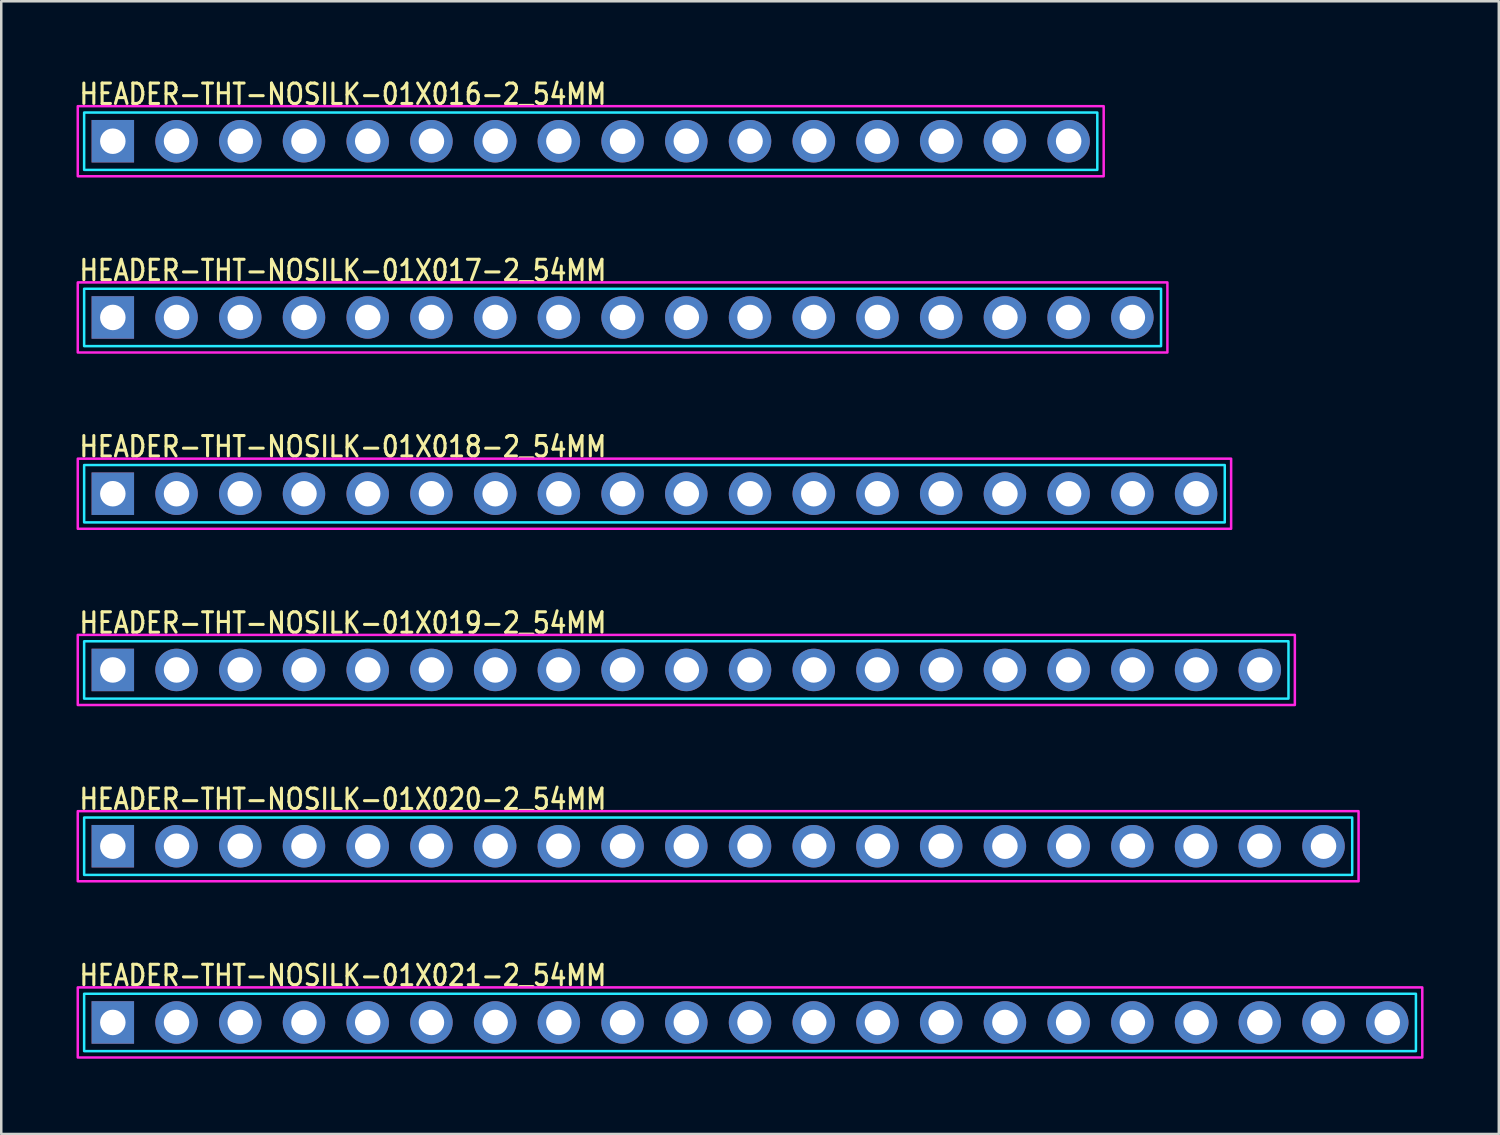
<source format=kicad_pcb>
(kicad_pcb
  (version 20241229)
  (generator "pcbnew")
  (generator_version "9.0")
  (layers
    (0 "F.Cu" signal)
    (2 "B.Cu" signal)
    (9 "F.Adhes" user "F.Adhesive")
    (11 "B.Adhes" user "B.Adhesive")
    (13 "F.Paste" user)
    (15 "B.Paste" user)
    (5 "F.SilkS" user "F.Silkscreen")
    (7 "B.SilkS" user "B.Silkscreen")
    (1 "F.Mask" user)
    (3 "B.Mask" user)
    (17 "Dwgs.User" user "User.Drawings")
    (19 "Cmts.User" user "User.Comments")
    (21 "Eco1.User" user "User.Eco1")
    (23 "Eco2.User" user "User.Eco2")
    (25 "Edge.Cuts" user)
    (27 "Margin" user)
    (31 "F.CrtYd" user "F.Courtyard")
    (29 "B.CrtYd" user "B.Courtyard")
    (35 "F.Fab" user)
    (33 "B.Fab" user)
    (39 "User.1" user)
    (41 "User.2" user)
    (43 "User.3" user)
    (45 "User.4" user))
  (footprint "HEADER-THT-NOSILK-01X020-2_54MM"
    (layer "F.Cu")
    (at 1.447 30.681)
    (property "Reference" "HEADER-THT-NOSILK-01X020-2_54MM" (at -1.4 -1.4 0) (unlocked yes) (layer "F.SilkS") (effects (font (size 0.813 0.695) (thickness 0.122)) (justify left bottom)))
    (fp_poly (pts (xy -1.143 -1.143) (xy 49.403 -1.143) (xy 49.403 1.143) (xy -1.143 1.143)) (stroke (width 0.1) (type solid)) (fill no) (layer "B.CrtYd"))
    (fp_poly (pts (xy -1.397 -1.397) (xy 49.657 -1.397) (xy 49.657 1.397) (xy -1.397 1.397)) (stroke (width 0.1) (type solid)) (fill no) (layer "F.CrtYd"))
    (pad "1" thru_hole rect (at 0 0) (size 1.693 1.693) (drill 1.016) (layers "*.Cu" "*.Mask"))
    (pad "2" thru_hole oval (at 2.54 0) (size 1.693 1.693) (drill 1.016) (layers "*.Cu" "*.Mask"))
    (pad "3" thru_hole oval (at 5.08 0) (size 1.693 1.693) (drill 1.016) (layers "*.Cu" "*.Mask"))
    (pad "4" thru_hole oval (at 7.62 0) (size 1.693 1.693) (drill 1.016) (layers "*.Cu" "*.Mask"))
    (pad "5" thru_hole oval (at 10.16 0) (size 1.693 1.693) (drill 1.016) (layers "*.Cu" "*.Mask"))
    (pad "6" thru_hole oval (at 12.7 0) (size 1.693 1.693) (drill 1.016) (layers "*.Cu" "*.Mask"))
    (pad "7" thru_hole oval (at 15.24 0) (size 1.693 1.693) (drill 1.016) (layers "*.Cu" "*.Mask"))
    (pad "8" thru_hole oval (at 17.78 0) (size 1.693 1.693) (drill 1.016) (layers "*.Cu" "*.Mask"))
    (pad "9" thru_hole oval (at 20.32 0) (size 1.693 1.693) (drill 1.016) (layers "*.Cu" "*.Mask"))
    (pad "10" thru_hole oval (at 22.86 0) (size 1.693 1.693) (drill 1.016) (layers "*.Cu" "*.Mask"))
    (pad "11" thru_hole oval (at 25.4 0) (size 1.693 1.693) (drill 1.016) (layers "*.Cu" "*.Mask"))
    (pad "12" thru_hole oval (at 27.94 0) (size 1.693 1.693) (drill 1.016) (layers "*.Cu" "*.Mask"))
    (pad "13" thru_hole oval (at 30.48 0) (size 1.693 1.693) (drill 1.016) (layers "*.Cu" "*.Mask"))
    (pad "14" thru_hole oval (at 33.02 0) (size 1.693 1.693) (drill 1.016) (layers "*.Cu" "*.Mask"))
    (pad "15" thru_hole oval (at 35.56 0) (size 1.693 1.693) (drill 1.016) (layers "*.Cu" "*.Mask"))
    (pad "16" thru_hole oval (at 38.1 0) (size 1.693 1.693) (drill 1.016) (layers "*.Cu" "*.Mask"))
    (pad "17" thru_hole oval (at 40.64 0) (size 1.693 1.693) (drill 1.016) (layers "*.Cu" "*.Mask"))
    (pad "18" thru_hole oval (at 43.18 0) (size 1.693 1.693) (drill 1.016) (layers "*.Cu" "*.Mask"))
    (pad "19" thru_hole oval (at 45.72 0) (size 1.693 1.693) (drill 1.016) (layers "*.Cu" "*.Mask"))
    (pad "20" thru_hole oval (at 48.26 0) (size 1.693 1.693) (drill 1.016) (layers "*.Cu" "*.Mask")))
  (footprint "HEADER-THT-NOSILK-01X018-2_54MM"
    (layer "F.Cu")
    (at 1.447 16.63)
    (property "Reference" "HEADER-THT-NOSILK-01X018-2_54MM" (at -1.4 -1.4 0) (unlocked yes) (layer "F.SilkS") (effects (font (size 0.813 0.695) (thickness 0.122)) (justify left bottom)))
    (fp_poly (pts (xy -1.143 -1.143) (xy 44.323 -1.143) (xy 44.323 1.143) (xy -1.143 1.143)) (stroke (width 0.1) (type solid)) (fill no) (layer "B.CrtYd"))
    (fp_poly (pts (xy -1.397 -1.397) (xy 44.577 -1.397) (xy 44.577 1.397) (xy -1.397 1.397)) (stroke (width 0.1) (type solid)) (fill no) (layer "F.CrtYd"))
    (pad "P$1" thru_hole rect (at 0 0) (size 1.693 1.693) (drill 1.016) (layers "*.Cu" "*.Mask"))
    (pad "P$2" thru_hole oval (at 2.54 0) (size 1.693 1.693) (drill 1.016) (layers "*.Cu" "*.Mask"))
    (pad "P$3" thru_hole oval (at 5.08 0) (size 1.693 1.693) (drill 1.016) (layers "*.Cu" "*.Mask"))
    (pad "P$4" thru_hole oval (at 7.62 0) (size 1.693 1.693) (drill 1.016) (layers "*.Cu" "*.Mask"))
    (pad "P$5" thru_hole oval (at 10.16 0) (size 1.693 1.693) (drill 1.016) (layers "*.Cu" "*.Mask"))
    (pad "P$6" thru_hole oval (at 12.7 0) (size 1.693 1.693) (drill 1.016) (layers "*.Cu" "*.Mask"))
    (pad "P$7" thru_hole oval (at 15.24 0) (size 1.693 1.693) (drill 1.016) (layers "*.Cu" "*.Mask"))
    (pad "P$8" thru_hole oval (at 17.78 0) (size 1.693 1.693) (drill 1.016) (layers "*.Cu" "*.Mask"))
    (pad "P$9" thru_hole oval (at 20.32 0) (size 1.693 1.693) (drill 1.016) (layers "*.Cu" "*.Mask"))
    (pad "P$10" thru_hole oval (at 22.86 0) (size 1.693 1.693) (drill 1.016) (layers "*.Cu" "*.Mask"))
    (pad "P$11" thru_hole oval (at 25.4 0) (size 1.693 1.693) (drill 1.016) (layers "*.Cu" "*.Mask"))
    (pad "P$12" thru_hole oval (at 27.94 0) (size 1.693 1.693) (drill 1.016) (layers "*.Cu" "*.Mask"))
    (pad "P$13" thru_hole oval (at 30.48 0) (size 1.693 1.693) (drill 1.016) (layers "*.Cu" "*.Mask"))
    (pad "P$14" thru_hole oval (at 33.02 0) (size 1.693 1.693) (drill 1.016) (layers "*.Cu" "*.Mask"))
    (pad "P$15" thru_hole oval (at 35.56 0) (size 1.693 1.693) (drill 1.016) (layers "*.Cu" "*.Mask"))
    (pad "P$16" thru_hole oval (at 38.1 0) (size 1.693 1.693) (drill 1.016) (layers "*.Cu" "*.Mask"))
    (pad "P$17" thru_hole oval (at 40.64 0) (size 1.693 1.693) (drill 1.016) (layers "*.Cu" "*.Mask"))
    (pad "P$18" thru_hole oval (at 43.18 0) (size 1.693 1.693) (drill 1.016) (layers "*.Cu" "*.Mask")))
  (footprint "HEADER-THT-NOSILK-01X017-2_54MM"
    (layer "F.Cu")
    (at 1.447 9.604)
    (property "Reference" "HEADER-THT-NOSILK-01X017-2_54MM" (at -1.4 -1.4 0) (unlocked yes) (layer "F.SilkS") (effects (font (size 0.813 0.695) (thickness 0.122)) (justify left bottom)))
    (fp_poly (pts (xy -1.143 -1.143) (xy 41.783 -1.143) (xy 41.783 1.143) (xy -1.143 1.143)) (stroke (width 0.1) (type solid)) (fill no) (layer "B.CrtYd"))
    (fp_poly (pts (xy -1.397 -1.397) (xy 42.037 -1.397) (xy 42.037 1.397) (xy -1.397 1.397)) (stroke (width 0.1) (type solid)) (fill no) (layer "F.CrtYd"))
    (pad "P$1" thru_hole rect (at 0 0) (size 1.693 1.693) (drill 1.016) (layers "*.Cu" "*.Mask"))
    (pad "P$2" thru_hole oval (at 2.54 0) (size 1.693 1.693) (drill 1.016) (layers "*.Cu" "*.Mask"))
    (pad "P$3" thru_hole oval (at 5.08 0) (size 1.693 1.693) (drill 1.016) (layers "*.Cu" "*.Mask"))
    (pad "P$4" thru_hole oval (at 7.62 0) (size 1.693 1.693) (drill 1.016) (layers "*.Cu" "*.Mask"))
    (pad "P$5" thru_hole oval (at 10.16 0) (size 1.693 1.693) (drill 1.016) (layers "*.Cu" "*.Mask"))
    (pad "P$6" thru_hole oval (at 12.7 0) (size 1.693 1.693) (drill 1.016) (layers "*.Cu" "*.Mask"))
    (pad "P$7" thru_hole oval (at 15.24 0) (size 1.693 1.693) (drill 1.016) (layers "*.Cu" "*.Mask"))
    (pad "P$8" thru_hole oval (at 17.78 0) (size 1.693 1.693) (drill 1.016) (layers "*.Cu" "*.Mask"))
    (pad "P$9" thru_hole oval (at 20.32 0) (size 1.693 1.693) (drill 1.016) (layers "*.Cu" "*.Mask"))
    (pad "P$10" thru_hole oval (at 22.86 0) (size 1.693 1.693) (drill 1.016) (layers "*.Cu" "*.Mask"))
    (pad "P$11" thru_hole oval (at 25.4 0) (size 1.693 1.693) (drill 1.016) (layers "*.Cu" "*.Mask"))
    (pad "P$12" thru_hole oval (at 27.94 0) (size 1.693 1.693) (drill 1.016) (layers "*.Cu" "*.Mask"))
    (pad "P$13" thru_hole oval (at 30.48 0) (size 1.693 1.693) (drill 1.016) (layers "*.Cu" "*.Mask"))
    (pad "P$14" thru_hole oval (at 33.02 0) (size 1.693 1.693) (drill 1.016) (layers "*.Cu" "*.Mask"))
    (pad "P$15" thru_hole oval (at 35.56 0) (size 1.693 1.693) (drill 1.016) (layers "*.Cu" "*.Mask"))
    (pad "P$16" thru_hole oval (at 38.1 0) (size 1.693 1.693) (drill 1.016) (layers "*.Cu" "*.Mask"))
    (pad "P$17" thru_hole oval (at 40.64 0) (size 1.693 1.693) (drill 1.016) (layers "*.Cu" "*.Mask")))
  (footprint "HEADER-THT-NOSILK-01X016-2_54MM"
    (layer "F.Cu")
    (at 1.447 2.579)
    (property "Reference" "HEADER-THT-NOSILK-01X016-2_54MM" (at -1.4 -1.4 0) (unlocked yes) (layer "F.SilkS") (effects (font (size 0.813 0.695) (thickness 0.122)) (justify left bottom)))
    (fp_poly (pts (xy -1.143 -1.143) (xy 39.243 -1.143) (xy 39.243 1.143) (xy -1.143 1.143)) (stroke (width 0.1) (type solid)) (fill no) (layer "B.CrtYd"))
    (fp_poly (pts (xy -1.397 -1.397) (xy 39.497 -1.397) (xy 39.497 1.397) (xy -1.397 1.397)) (stroke (width 0.1) (type solid)) (fill no) (layer "F.CrtYd"))
    (pad "1" thru_hole rect (at 0 0) (size 1.693 1.693) (drill 1.016) (layers "*.Cu" "*.Mask"))
    (pad "2" thru_hole oval (at 2.54 0) (size 1.693 1.693) (drill 1.016) (layers "*.Cu" "*.Mask"))
    (pad "3" thru_hole oval (at 5.08 0) (size 1.693 1.693) (drill 1.016) (layers "*.Cu" "*.Mask"))
    (pad "4" thru_hole oval (at 7.62 0) (size 1.693 1.693) (drill 1.016) (layers "*.Cu" "*.Mask"))
    (pad "5" thru_hole oval (at 10.16 0) (size 1.693 1.693) (drill 1.016) (layers "*.Cu" "*.Mask"))
    (pad "6" thru_hole oval (at 12.7 0) (size 1.693 1.693) (drill 1.016) (layers "*.Cu" "*.Mask"))
    (pad "7" thru_hole oval (at 15.24 0) (size 1.693 1.693) (drill 1.016) (layers "*.Cu" "*.Mask"))
    (pad "8" thru_hole oval (at 17.78 0) (size 1.693 1.693) (drill 1.016) (layers "*.Cu" "*.Mask"))
    (pad "9" thru_hole oval (at 20.32 0) (size 1.693 1.693) (drill 1.016) (layers "*.Cu" "*.Mask"))
    (pad "10" thru_hole oval (at 22.86 0) (size 1.693 1.693) (drill 1.016) (layers "*.Cu" "*.Mask"))
    (pad "11" thru_hole oval (at 25.4 0) (size 1.693 1.693) (drill 1.016) (layers "*.Cu" "*.Mask"))
    (pad "12" thru_hole oval (at 27.94 0) (size 1.693 1.693) (drill 1.016) (layers "*.Cu" "*.Mask"))
    (pad "13" thru_hole oval (at 30.48 0) (size 1.693 1.693) (drill 1.016) (layers "*.Cu" "*.Mask"))
    (pad "14" thru_hole oval (at 33.02 0) (size 1.693 1.693) (drill 1.016) (layers "*.Cu" "*.Mask"))
    (pad "15" thru_hole oval (at 35.56 0) (size 1.693 1.693) (drill 1.016) (layers "*.Cu" "*.Mask"))
    (pad "16" thru_hole oval (at 38.1 0) (size 1.693 1.693) (drill 1.016) (layers "*.Cu" "*.Mask")))
  (footprint "HEADER-THT-NOSILK-01X021-2_54MM"
    (layer "F.Cu")
    (at 1.447 37.706)
    (property "Reference" "HEADER-THT-NOSILK-01X021-2_54MM" (at -1.4 -1.4 0) (unlocked yes) (layer "F.SilkS") (effects (font (size 0.813 0.695) (thickness 0.122)) (justify left bottom)))
    (fp_poly (pts (xy -1.143 -1.143) (xy 51.943 -1.143) (xy 51.943 1.143) (xy -1.143 1.143)) (stroke (width 0.1) (type solid)) (fill no) (layer "B.CrtYd"))
    (fp_poly (pts (xy -1.397 -1.397) (xy 52.197 -1.397) (xy 52.197 1.397) (xy -1.397 1.397)) (stroke (width 0.1) (type solid)) (fill no) (layer "F.CrtYd"))
    (pad "1" thru_hole rect (at 0 0) (size 1.693 1.693) (drill 1.016) (layers "*.Cu" "*.Mask"))
    (pad "2" thru_hole oval (at 2.54 0) (size 1.693 1.693) (drill 1.016) (layers "*.Cu" "*.Mask"))
    (pad "3" thru_hole oval (at 5.08 0) (size 1.693 1.693) (drill 1.016) (layers "*.Cu" "*.Mask"))
    (pad "4" thru_hole oval (at 7.62 0) (size 1.693 1.693) (drill 1.016) (layers "*.Cu" "*.Mask"))
    (pad "5" thru_hole oval (at 10.16 0) (size 1.693 1.693) (drill 1.016) (layers "*.Cu" "*.Mask"))
    (pad "6" thru_hole oval (at 12.7 0) (size 1.693 1.693) (drill 1.016) (layers "*.Cu" "*.Mask"))
    (pad "7" thru_hole oval (at 15.24 0) (size 1.693 1.693) (drill 1.016) (layers "*.Cu" "*.Mask"))
    (pad "8" thru_hole oval (at 17.78 0) (size 1.693 1.693) (drill 1.016) (layers "*.Cu" "*.Mask"))
    (pad "9" thru_hole oval (at 20.32 0) (size 1.693 1.693) (drill 1.016) (layers "*.Cu" "*.Mask"))
    (pad "10" thru_hole oval (at 22.86 0) (size 1.693 1.693) (drill 1.016) (layers "*.Cu" "*.Mask"))
    (pad "11" thru_hole oval (at 25.4 0) (size 1.693 1.693) (drill 1.016) (layers "*.Cu" "*.Mask"))
    (pad "12" thru_hole oval (at 27.94 0) (size 1.693 1.693) (drill 1.016) (layers "*.Cu" "*.Mask"))
    (pad "13" thru_hole oval (at 30.48 0) (size 1.693 1.693) (drill 1.016) (layers "*.Cu" "*.Mask"))
    (pad "14" thru_hole oval (at 33.02 0) (size 1.693 1.693) (drill 1.016) (layers "*.Cu" "*.Mask"))
    (pad "15" thru_hole oval (at 35.56 0) (size 1.693 1.693) (drill 1.016) (layers "*.Cu" "*.Mask"))
    (pad "16" thru_hole oval (at 38.1 0) (size 1.693 1.693) (drill 1.016) (layers "*.Cu" "*.Mask"))
    (pad "17" thru_hole oval (at 40.64 0) (size 1.693 1.693) (drill 1.016) (layers "*.Cu" "*.Mask"))
    (pad "18" thru_hole oval (at 43.18 0) (size 1.693 1.693) (drill 1.016) (layers "*.Cu" "*.Mask"))
    (pad "19" thru_hole oval (at 45.72 0) (size 1.693 1.693) (drill 1.016) (layers "*.Cu" "*.Mask"))
    (pad "20" thru_hole oval (at 48.26 0) (size 1.693 1.693) (drill 1.016) (layers "*.Cu" "*.Mask"))
    (pad "21" thru_hole oval (at 50.8 0) (size 1.693 1.693) (drill 1.016) (layers "*.Cu" "*.Mask")))
  (footprint "HEADER-THT-NOSILK-01X019-2_54MM"
    (layer "F.Cu")
    (at 1.447 23.655)
    (property "Reference" "HEADER-THT-NOSILK-01X019-2_54MM" (at -1.4 -1.4 0) (unlocked yes) (layer "F.SilkS") (effects (font (size 0.813 0.695) (thickness 0.122)) (justify left bottom)))
    (fp_poly (pts (xy -1.143 -1.143) (xy 46.863 -1.143) (xy 46.863 1.143) (xy -1.143 1.143)) (stroke (width 0.1) (type solid)) (fill no) (layer "B.CrtYd"))
    (fp_poly (pts (xy -1.397 -1.397) (xy 47.117 -1.397) (xy 47.117 1.397) (xy -1.397 1.397)) (stroke (width 0.1) (type solid)) (fill no) (layer "F.CrtYd"))
    (pad "1" thru_hole rect (at 0 0) (size 1.693 1.693) (drill 1.016) (layers "*.Cu" "*.Mask"))
    (pad "2" thru_hole oval (at 2.54 0) (size 1.693 1.693) (drill 1.016) (layers "*.Cu" "*.Mask"))
    (pad "3" thru_hole oval (at 5.08 0) (size 1.693 1.693) (drill 1.016) (layers "*.Cu" "*.Mask"))
    (pad "4" thru_hole oval (at 7.62 0) (size 1.693 1.693) (drill 1.016) (layers "*.Cu" "*.Mask"))
    (pad "5" thru_hole oval (at 10.16 0) (size 1.693 1.693) (drill 1.016) (layers "*.Cu" "*.Mask"))
    (pad "6" thru_hole oval (at 12.7 0) (size 1.693 1.693) (drill 1.016) (layers "*.Cu" "*.Mask"))
    (pad "7" thru_hole oval (at 15.24 0) (size 1.693 1.693) (drill 1.016) (layers "*.Cu" "*.Mask"))
    (pad "8" thru_hole oval (at 17.78 0) (size 1.693 1.693) (drill 1.016) (layers "*.Cu" "*.Mask"))
    (pad "9" thru_hole oval (at 20.32 0) (size 1.693 1.693) (drill 1.016) (layers "*.Cu" "*.Mask"))
    (pad "10" thru_hole oval (at 22.86 0) (size 1.693 1.693) (drill 1.016) (layers "*.Cu" "*.Mask"))
    (pad "11" thru_hole oval (at 25.4 0) (size 1.693 1.693) (drill 1.016) (layers "*.Cu" "*.Mask"))
    (pad "12" thru_hole oval (at 27.94 0) (size 1.693 1.693) (drill 1.016) (layers "*.Cu" "*.Mask"))
    (pad "13" thru_hole oval (at 30.48 0) (size 1.693 1.693) (drill 1.016) (layers "*.Cu" "*.Mask"))
    (pad "14" thru_hole oval (at 33.02 0) (size 1.693 1.693) (drill 1.016) (layers "*.Cu" "*.Mask"))
    (pad "15" thru_hole oval (at 35.56 0) (size 1.693 1.693) (drill 1.016) (layers "*.Cu" "*.Mask"))
    (pad "16" thru_hole oval (at 38.1 0) (size 1.693 1.693) (drill 1.016) (layers "*.Cu" "*.Mask"))
    (pad "17" thru_hole oval (at 40.64 0) (size 1.693 1.693) (drill 1.016) (layers "*.Cu" "*.Mask"))
    (pad "18" thru_hole oval (at 43.18 0) (size 1.693 1.693) (drill 1.016) (layers "*.Cu" "*.Mask"))
    (pad "19" thru_hole oval (at 45.72 0) (size 1.693 1.693) (drill 1.016) (layers "*.Cu" "*.Mask")))
  (gr_rect
    (start -3 -3)
    (end 56.694 42.153)
    (stroke (width 0.1) (type default))
    (fill no)
    (layer "Edge.Cuts")))
</source>
